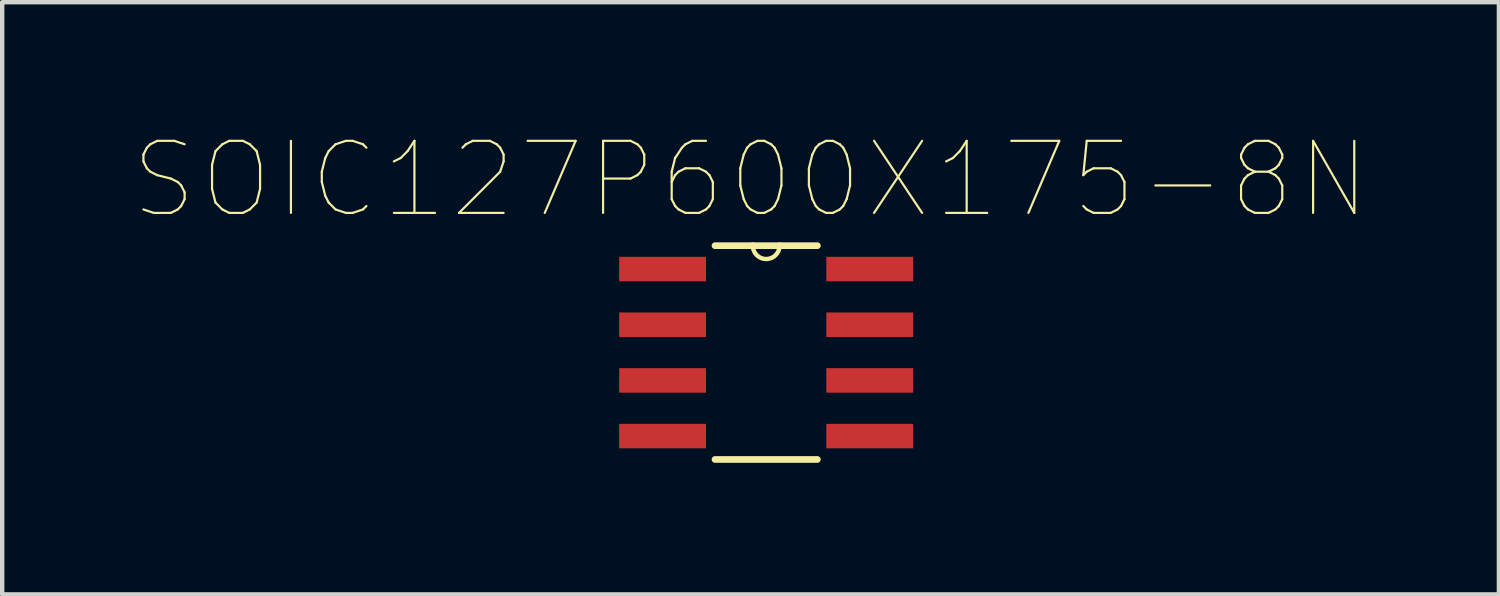
<source format=kicad_pcb>
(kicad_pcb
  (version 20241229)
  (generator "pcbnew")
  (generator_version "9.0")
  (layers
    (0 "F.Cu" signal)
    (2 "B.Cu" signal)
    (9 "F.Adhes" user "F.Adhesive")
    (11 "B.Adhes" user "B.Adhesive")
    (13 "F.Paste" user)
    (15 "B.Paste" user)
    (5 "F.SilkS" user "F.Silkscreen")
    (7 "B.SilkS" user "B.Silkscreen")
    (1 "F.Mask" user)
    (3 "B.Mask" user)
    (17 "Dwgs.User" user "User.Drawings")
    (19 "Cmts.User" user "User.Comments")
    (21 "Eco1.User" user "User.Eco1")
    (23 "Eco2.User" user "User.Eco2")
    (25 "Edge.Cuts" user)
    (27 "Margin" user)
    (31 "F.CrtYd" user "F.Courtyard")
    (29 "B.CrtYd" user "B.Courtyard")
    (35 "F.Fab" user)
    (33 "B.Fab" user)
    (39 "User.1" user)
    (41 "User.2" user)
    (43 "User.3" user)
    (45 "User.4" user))
  (footprint "SOIC127P600X175-8N"
    (layer "F.Cu")
    (at 14.426 4.992)
    (property "Reference" "SOIC127P600X175-8N" (at -0.356 -3.944 0) (layer "F.SilkS") (effects (font (size 1.643 1.643) (thickness 0.05))))
    (attr smd)
    (fp_line (start -1.168 2.438) (end 1.168 2.438) (stroke (width 0.152) (type solid)) (layer "F.SilkS"))
    (fp_line (start -0.305 -2.438) (end -1.168 -2.438) (stroke (width 0.152) (type solid)) (layer "F.SilkS"))
    (fp_line (start 0.305 -2.438) (end -0.305 -2.438) (stroke (width 0.152) (type solid)) (layer "F.SilkS"))
    (fp_line (start 1.168 -2.438) (end 0.305 -2.438) (stroke (width 0.152) (type solid)) (layer "F.SilkS"))
    (fp_arc (start 0.3048 -2.4384) (mid 0 -2.1336) (end -0.3048 -2.4384) (stroke (width 0.1) (type solid)) (layer "F.SilkS"))
    (fp_line (start -2.997 -2.159) (end -2.997 -1.651) (stroke (width 0.152) (type solid)) (layer "Eco2.User"))
    (fp_line (start -2.997 -1.651) (end -1.956 -1.651) (stroke (width 0.152) (type solid)) (layer "Eco2.User"))
    (fp_line (start -2.997 -0.889) (end -2.997 -0.381) (stroke (width 0.152) (type solid)) (layer "Eco2.User"))
    (fp_line (start -2.997 -0.381) (end -1.956 -0.381) (stroke (width 0.152) (type solid)) (layer "Eco2.User"))
    (fp_line (start -2.997 0.381) (end -2.997 0.889) (stroke (width 0.152) (type solid)) (layer "Eco2.User"))
    (fp_line (start -2.997 0.889) (end -1.956 0.889) (stroke (width 0.152) (type solid)) (layer "Eco2.User"))
    (fp_line (start -2.997 1.651) (end -2.997 2.159) (stroke (width 0.152) (type solid)) (layer "Eco2.User"))
    (fp_line (start -2.997 2.159) (end -1.956 2.159) (stroke (width 0.152) (type solid)) (layer "Eco2.User"))
    (fp_line (start -1.956 -2.438) (end -1.956 2.438) (stroke (width 0.152) (type solid)) (layer "Eco2.User"))
    (fp_line (start -1.956 -2.159) (end -2.997 -2.159) (stroke (width 0.152) (type solid)) (layer "Eco2.User"))
    (fp_line (start -1.956 -1.651) (end -1.956 -2.159) (stroke (width 0.152) (type solid)) (layer "Eco2.User"))
    (fp_line (start -1.956 -0.889) (end -2.997 -0.889) (stroke (width 0.152) (type solid)) (layer "Eco2.User"))
    (fp_line (start -1.956 -0.381) (end -1.956 -0.889) (stroke (width 0.152) (type solid)) (layer "Eco2.User"))
    (fp_line (start -1.956 0.381) (end -2.997 0.381) (stroke (width 0.152) (type solid)) (layer "Eco2.User"))
    (fp_line (start -1.956 0.889) (end -1.956 0.381) (stroke (width 0.152) (type solid)) (layer "Eco2.User"))
    (fp_line (start -1.956 1.651) (end -2.997 1.651) (stroke (width 0.152) (type solid)) (layer "Eco2.User"))
    (fp_line (start -1.956 2.159) (end -1.956 1.651) (stroke (width 0.152) (type solid)) (layer "Eco2.User"))
    (fp_line (start -1.956 2.438) (end 1.956 2.438) (stroke (width 0.152) (type solid)) (layer "Eco2.User"))
    (fp_line (start -0.305 -2.438) (end -1.956 -2.438) (stroke (width 0.152) (type solid)) (layer "Eco2.User"))
    (fp_line (start 0.305 -2.438) (end -0.305 -2.438) (stroke (width 0.152) (type solid)) (layer "Eco2.User"))
    (fp_line (start 1.956 -2.438) (end 0.305 -2.438) (stroke (width 0.152) (type solid)) (layer "Eco2.User"))
    (fp_line (start 1.956 -2.159) (end 1.956 -1.651) (stroke (width 0.152) (type solid)) (layer "Eco2.User"))
    (fp_line (start 1.956 -1.651) (end 2.997 -1.651) (stroke (width 0.152) (type solid)) (layer "Eco2.User"))
    (fp_line (start 1.956 -0.889) (end 1.956 -0.381) (stroke (width 0.152) (type solid)) (layer "Eco2.User"))
    (fp_line (start 1.956 -0.381) (end 2.997 -0.381) (stroke (width 0.152) (type solid)) (layer "Eco2.User"))
    (fp_line (start 1.956 0.381) (end 1.956 0.889) (stroke (width 0.152) (type solid)) (layer "Eco2.User"))
    (fp_line (start 1.956 0.889) (end 2.997 0.889) (stroke (width 0.152) (type solid)) (layer "Eco2.User"))
    (fp_line (start 1.956 1.651) (end 1.956 2.159) (stroke (width 0.152) (type solid)) (layer "Eco2.User"))
    (fp_line (start 1.956 2.159) (end 2.997 2.159) (stroke (width 0.152) (type solid)) (layer "Eco2.User"))
    (fp_line (start 1.956 2.438) (end 1.956 -2.438) (stroke (width 0.152) (type solid)) (layer "Eco2.User"))
    (fp_line (start 2.997 -2.159) (end 1.956 -2.159) (stroke (width 0.152) (type solid)) (layer "Eco2.User"))
    (fp_line (start 2.997 -1.651) (end 2.997 -2.159) (stroke (width 0.152) (type solid)) (layer "Eco2.User"))
    (fp_line (start 2.997 -0.889) (end 1.956 -0.889) (stroke (width 0.152) (type solid)) (layer "Eco2.User"))
    (fp_line (start 2.997 -0.381) (end 2.997 -0.889) (stroke (width 0.152) (type solid)) (layer "Eco2.User"))
    (fp_line (start 2.997 0.381) (end 1.956 0.381) (stroke (width 0.152) (type solid)) (layer "Eco2.User"))
    (fp_line (start 2.997 0.889) (end 2.997 0.381) (stroke (width 0.152) (type solid)) (layer "Eco2.User"))
    (fp_line (start 2.997 1.651) (end 1.956 1.651) (stroke (width 0.152) (type solid)) (layer "Eco2.User"))
    (fp_line (start 2.997 2.159) (end 2.997 1.651) (stroke (width 0.152) (type solid)) (layer "Eco2.User"))
    (fp_arc (start 0.3048 -2.4384) (mid 0 -2.1336) (end -0.3048 -2.4384) (stroke (width 0.1) (type solid)) (layer "Eco2.User"))
    (pad "1" smd rect (at -2.362 -1.905) (size 1.981 0.559) (layers "F.Cu" "F.Mask" "F.Paste"))
    (pad "2" smd rect (at -2.362 -0.635) (size 1.981 0.559) (layers "F.Cu" "F.Mask" "F.Paste"))
    (pad "3" smd rect (at -2.362 0.635) (size 1.981 0.559) (layers "F.Cu" "F.Mask" "F.Paste"))
    (pad "4" smd rect (at -2.362 1.905) (size 1.981 0.559) (layers "F.Cu" "F.Mask" "F.Paste"))
    (pad "5" smd rect (at 2.362 1.905) (size 1.981 0.559) (layers "F.Cu" "F.Mask" "F.Paste"))
    (pad "6" smd rect (at 2.362 0.635) (size 1.981 0.559) (layers "F.Cu" "F.Mask" "F.Paste"))
    (pad "7" smd rect (at 2.362 -0.635) (size 1.981 0.559) (layers "F.Cu" "F.Mask" "F.Paste"))
    (pad "8" smd rect (at 2.362 -1.905) (size 1.981 0.559) (layers "F.Cu" "F.Mask" "F.Paste")))
  (gr_rect
    (start -3 -3)
    (end 31.139 10.507)
    (stroke (width 0.1) (type default))
    (fill no)
    (layer "Edge.Cuts")))
</source>
